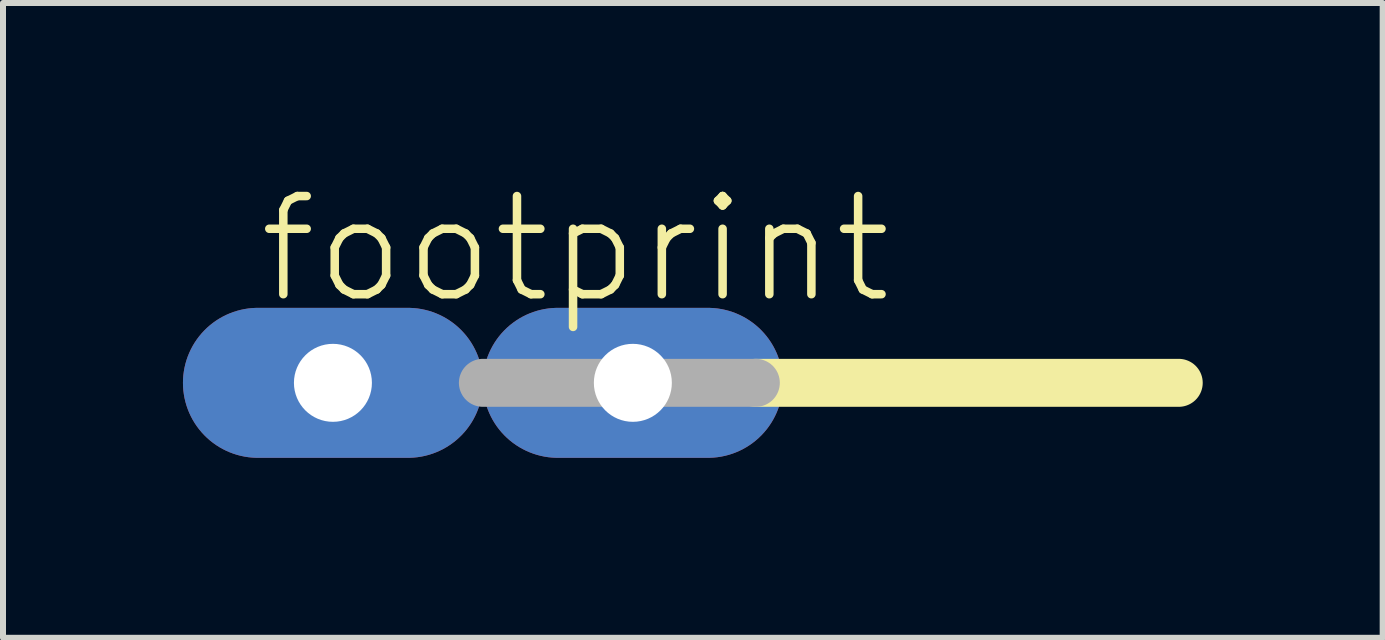
<source format=kicad_pcb>
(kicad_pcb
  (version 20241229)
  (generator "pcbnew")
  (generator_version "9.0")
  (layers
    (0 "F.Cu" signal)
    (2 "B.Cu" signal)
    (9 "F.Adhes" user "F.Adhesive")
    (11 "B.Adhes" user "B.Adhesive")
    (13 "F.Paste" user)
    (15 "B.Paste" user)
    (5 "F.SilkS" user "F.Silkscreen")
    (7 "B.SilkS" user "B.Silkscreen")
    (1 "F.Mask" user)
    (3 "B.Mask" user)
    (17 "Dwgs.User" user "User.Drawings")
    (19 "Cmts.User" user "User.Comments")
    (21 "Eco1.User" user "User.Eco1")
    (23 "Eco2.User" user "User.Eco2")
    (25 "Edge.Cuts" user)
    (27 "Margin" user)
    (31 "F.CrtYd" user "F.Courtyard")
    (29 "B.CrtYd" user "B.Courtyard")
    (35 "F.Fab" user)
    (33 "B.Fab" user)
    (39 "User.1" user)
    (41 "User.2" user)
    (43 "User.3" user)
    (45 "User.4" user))
  (footprint "footprint"
    (layer "F.Cu")
    (at 5 3.332)
    (property "Reference" "footprint" (at -3.81 -1.27 0) (layer "F.SilkS") (effects (font (size 1.636 1.636) (thickness 0.142)) (justify left bottom)))
    (fp_line (start 4.55 0) (end 11.6 0) (stroke (width 0.8) (type solid)) (layer "F.SilkS"))
    (fp_line (start 0 0) (end 4.55 0) (stroke (width 0.8) (type solid)) (layer "F.Fab"))
    (pad "1A" thru_hole oval (at -2.5 0) (size 5 2.5) (drill 1.3) (layers "*.Cu" "*.Mask"))
    (pad "1B" thru_hole oval (at 2.5 0) (size 5 2.5) (drill 1.3) (layers "*.Cu" "*.Mask")))
  (gr_rect
    (start -3 -3)
    (end 20 7.582)
    (stroke (width 0.1) (type default))
    (fill no)
    (layer "Edge.Cuts")))
</source>
